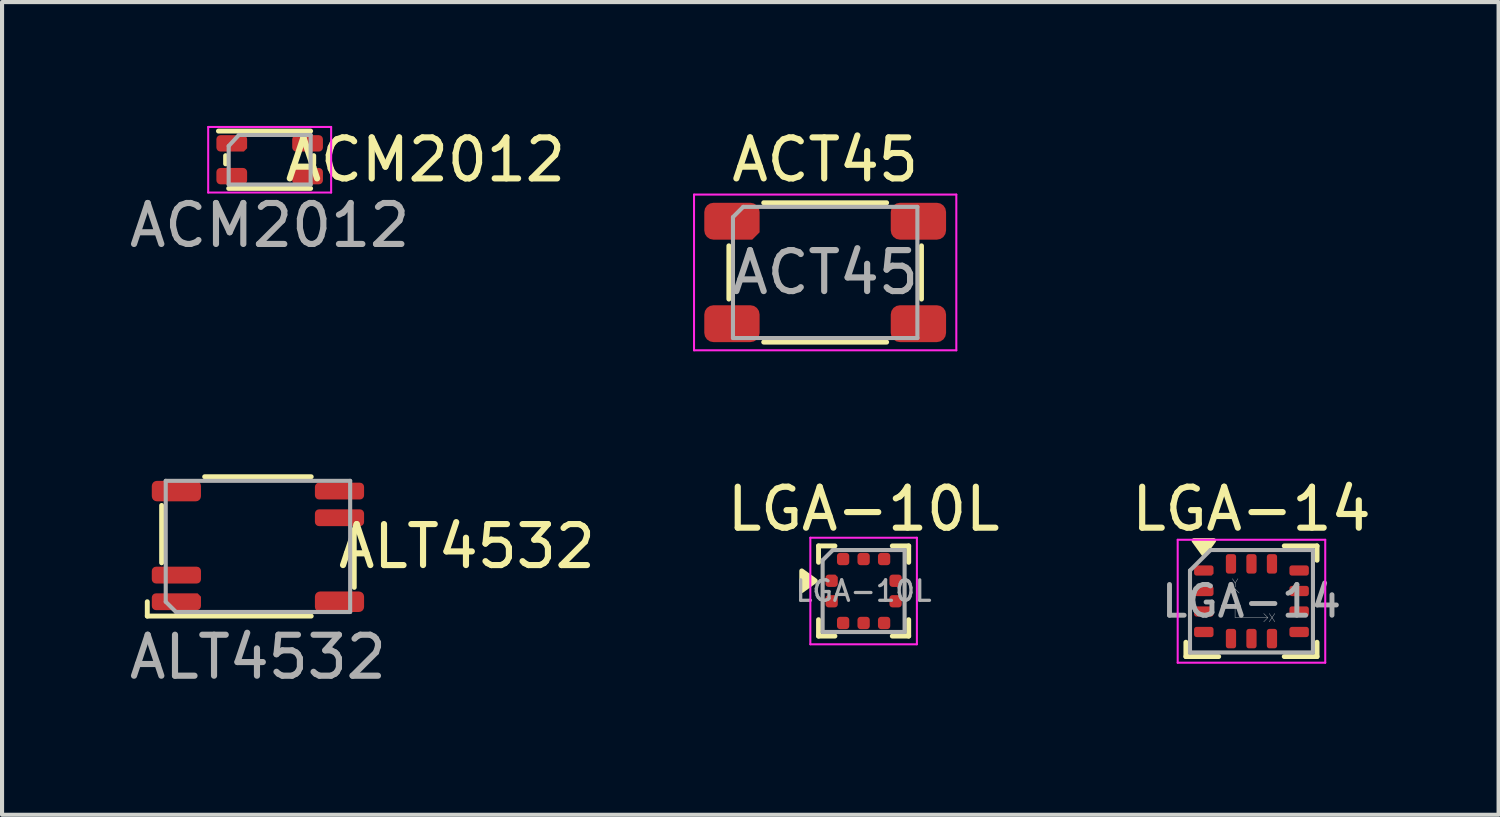
<source format=kicad_pcb>
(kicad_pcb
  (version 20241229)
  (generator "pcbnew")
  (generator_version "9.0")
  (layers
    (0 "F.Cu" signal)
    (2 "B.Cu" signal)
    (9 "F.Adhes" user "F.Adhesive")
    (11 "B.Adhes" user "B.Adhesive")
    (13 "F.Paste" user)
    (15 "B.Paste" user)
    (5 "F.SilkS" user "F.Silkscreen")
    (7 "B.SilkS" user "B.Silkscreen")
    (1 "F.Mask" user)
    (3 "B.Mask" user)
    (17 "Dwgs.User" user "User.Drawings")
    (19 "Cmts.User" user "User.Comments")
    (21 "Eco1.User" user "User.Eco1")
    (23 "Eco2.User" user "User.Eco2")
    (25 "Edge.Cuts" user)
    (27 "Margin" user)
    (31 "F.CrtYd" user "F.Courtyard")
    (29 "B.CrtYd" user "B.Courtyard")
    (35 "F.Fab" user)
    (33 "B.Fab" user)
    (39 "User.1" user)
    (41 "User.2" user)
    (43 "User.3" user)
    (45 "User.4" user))
  (footprint "ACT45"
    (layer "F.Cu")
    (at 17.085 3.598)
    (property "Reference" "ACT45" (at 0 -2.75 0) (layer "F.SilkS") (effects (font (size 1 1) (thickness 0.15))))
    (attr smd)
    (fp_line (start -2.35 -0.65) (end -2.35 0.65) (stroke (width 0.12) (type solid)) (layer "F.SilkS"))
    (fp_line (start -1.5 -1.7) (end 1.5 -1.7) (stroke (width 0.12) (type solid)) (layer "F.SilkS"))
    (fp_line (start -1.5 1.7) (end 1.5 1.7) (stroke (width 0.12) (type solid)) (layer "F.SilkS"))
    (fp_line (start 2.35 -0.65) (end 2.35 0.65) (stroke (width 0.12) (type solid)) (layer "F.SilkS"))
    (fp_line (start -3.2 -1.9) (end 3.2 -1.9) (stroke (width 0.05) (type solid)) (layer "F.CrtYd"))
    (fp_line (start -3.2 1.9) (end -3.2 -1.9) (stroke (width 0.05) (type solid)) (layer "F.CrtYd"))
    (fp_line (start 3.2 -1.9) (end 3.2 1.9) (stroke (width 0.05) (type solid)) (layer "F.CrtYd"))
    (fp_line (start 3.2 1.9) (end -3.2 1.9) (stroke (width 0.05) (type solid)) (layer "F.CrtYd"))
    (fp_line (start -2.25 -1.35) (end -2 -1.6) (stroke (width 0.1) (type solid)) (layer "F.Fab"))
    (fp_line (start -2.25 1.6) (end -2.25 -1.35) (stroke (width 0.1) (type solid)) (layer "F.Fab"))
    (fp_line (start -2 -1.6) (end 2.25 -1.6) (stroke (width 0.1) (type solid)) (layer "F.Fab"))
    (fp_line (start 2.25 -1.6) (end 2.25 1.6) (stroke (width 0.1) (type solid)) (layer "F.Fab"))
    (fp_line (start 2.25 1.6) (end -2.25 1.6) (stroke (width 0.1) (type solid)) (layer "F.Fab"))
    (fp_text user "${REFERENCE}" (at 0 0 0) (layer "F.Fab") (effects (font (size 1 1) (thickness 0.15))))
    (pad "1" smd roundrect (at -2.275 -1.25 90) (size 0.9 1.35) (layers "F.Cu" "F.Mask" "F.Paste") (roundrect_rratio 0.25) (chamfer_ratio 0.2) (chamfer bottom_left))
    (pad "2" smd roundrect (at -2.275 1.25 90) (size 0.9 1.35) (layers "F.Cu" "F.Mask" "F.Paste") (roundrect_rratio 0.25))
    (pad "3" smd roundrect (at 2.275 1.25 90) (size 0.9 1.35) (layers "F.Cu" "F.Mask" "F.Paste") (roundrect_rratio 0.25))
    (pad "4" smd roundrect (at 2.275 -1.25 90) (size 0.9 1.35) (layers "F.Cu" "F.Mask" "F.Paste") (roundrect_rratio 0.25)))
  (footprint "ALT4532"
    (layer "F.Cu")
    (at 3.244 10.283)
    (property "Reference" "ALT4532" (at 5.1 0 0) (layer "F.SilkS") (effects (font (size 1 1) (thickness 0.15))))
    (attr smd)
    (fp_line (start -2.7 1.7) (end -2.7 1.35) (stroke (width 0.12) (type solid)) (layer "F.SilkS"))
    (fp_line (start -2.7 1.7) (end 1.3 1.7) (stroke (width 0.12) (type solid)) (layer "F.SilkS"))
    (fp_line (start -2.35 -1) (end -2.35 0.4) (stroke (width 0.12) (type solid)) (layer "F.SilkS"))
    (fp_line (start -1.3 -1.7) (end 1.3 -1.7) (stroke (width 0.12) (type solid)) (layer "F.SilkS"))
    (fp_line (start 2.35 -0.4) (end 2.35 1) (stroke (width 0.12) (type solid)) (layer "F.SilkS"))
    (fp_line (start -2.25 -1.6) (end 2.25 -1.6) (stroke (width 0.1) (type solid)) (layer "F.Fab"))
    (fp_line (start -2.25 1.35) (end -2.25 -1.6) (stroke (width 0.1) (type solid)) (layer "F.Fab"))
    (fp_line (start -2.25 1.35) (end -2 1.6) (stroke (width 0.1) (type solid)) (layer "F.Fab"))
    (fp_line (start 2.25 -1.6) (end 2.25 1.6) (stroke (width 0.1) (type solid)) (layer "F.Fab"))
    (fp_line (start 2.25 1.6) (end -2 1.6) (stroke (width 0.1) (type solid)) (layer "F.Fab"))
    (fp_text user "${REFERENCE}" (at 0 2.7 0) (layer "F.Fab") (effects (font (size 1 1) (thickness 0.15))))
    (pad "1" smd roundrect (at -1.99 1.35 90) (size 0.41 1.2) (layers "F.Cu" "F.Mask" "F.Paste") (roundrect_rratio 0.25) (chamfer_ratio 0.2) (chamfer bottom_right))
    (pad "2" smd roundrect (at -1.99 0.7 90) (size 0.41 1.2) (layers "F.Cu" "F.Mask" "F.Paste") (roundrect_rratio 0.25))
    (pad "3" smd roundrect (at -1.99 -1.35 90) (size 0.5 1.2) (layers "F.Cu" "F.Mask" "F.Paste") (roundrect_rratio 0.25))
    (pad "4" smd roundrect (at 1.99 -1.35 90) (size 0.41 1.2) (layers "F.Cu" "F.Mask" "F.Paste") (roundrect_rratio 0.25))
    (pad "5" smd roundrect (at 1.99 -0.7 90) (size 0.41 1.2) (layers "F.Cu" "F.Mask" "F.Paste") (roundrect_rratio 0.25))
    (pad "6" smd roundrect (at 1.99 1.35 90) (size 0.5 1.2) (layers "F.Cu" "F.Mask" "F.Paste") (roundrect_rratio 0.25)))
  (footprint "LGA-10L"
    (layer "F.Cu")
    (at 18.023 11.371)
    (property "Reference" "LGA-10L" (at 0 -2 0) (layer "F.SilkS") (effects (font (size 1 1) (thickness 0.15))))
    (attr smd)
    (fp_line (start -1.1 -1.1) (end -1.1 -0.7) (stroke (width 0.12) (type default)) (layer "F.SilkS"))
    (fp_line (start -1.1 1.1) (end -1.1 0.7) (stroke (width 0.12) (type default)) (layer "F.SilkS"))
    (fp_line (start -0.7 -1.1) (end -1.1 -1.1) (stroke (width 0.12) (type default)) (layer "F.SilkS"))
    (fp_line (start -0.7 1.1) (end -1.1 1.1) (stroke (width 0.12) (type default)) (layer "F.SilkS"))
    (fp_line (start 0.7 -1.1) (end 1.1 -1.1) (stroke (width 0.12) (type default)) (layer "F.SilkS"))
    (fp_line (start 0.7 1.1) (end 1.1 1.1) (stroke (width 0.12) (type default)) (layer "F.SilkS"))
    (fp_line (start 1.1 -1.1) (end 1.1 -0.7) (stroke (width 0.12) (type default)) (layer "F.SilkS"))
    (fp_line (start 1.1 1.1) (end 1.1 0.7) (stroke (width 0.12) (type default)) (layer "F.SilkS"))
    (fp_poly (pts (xy -1.18 -0.25) (xy -1.51 -0.01) (xy -1.51 -0.49) (xy -1.18 -0.25)) (stroke (width 0.12) (type solid)) (fill yes) (layer "F.SilkS"))
    (fp_line (start -1.3 -1.3) (end -1.3 1.3) (stroke (width 0.05) (type solid)) (layer "F.CrtYd"))
    (fp_line (start -1.3 1.3) (end 1.3 1.3) (stroke (width 0.05) (type solid)) (layer "F.CrtYd"))
    (fp_line (start 1.3 -1.3) (end -1.3 -1.3) (stroke (width 0.05) (type solid)) (layer "F.CrtYd"))
    (fp_line (start 1.3 1.3) (end 1.3 -1.3) (stroke (width 0.05) (type solid)) (layer "F.CrtYd"))
    (fp_line (start -1 -0.75) (end -0.75 -1) (stroke (width 0.1) (type default)) (layer "F.Fab"))
    (fp_line (start -1 1) (end -1 -0.75) (stroke (width 0.1) (type solid)) (layer "F.Fab"))
    (fp_line (start -0.75 -1) (end 1 -1) (stroke (width 0.1) (type solid)) (layer "F.Fab"))
    (fp_line (start 1 -1) (end 1 1) (stroke (width 0.1) (type solid)) (layer "F.Fab"))
    (fp_line (start 1 1) (end -1 1) (stroke (width 0.1) (type solid)) (layer "F.Fab"))
    (fp_text user "${REFERENCE}" (at 0 0 0) (layer "F.Fab") (effects (font (size 0.5 0.5) (thickness 0.08))))
    (pad "1" smd roundrect (at -0.78 -0.25 180) (size 0.3 0.3) (layers "F.Cu" "F.Mask" "F.Paste") (roundrect_rratio 0.25) (chamfer_ratio 0.2) (chamfer bottom_left))
    (pad "2" smd roundrect (at -0.78 0.25 180) (size 0.3 0.3) (layers "F.Cu" "F.Mask" "F.Paste") (roundrect_rratio 0.25))
    (pad "3" smd roundrect (at -0.5 0.78 180) (size 0.3 0.3) (layers "F.Cu" "F.Mask" "F.Paste") (roundrect_rratio 0.25))
    (pad "4" smd roundrect (at 0 0.78 180) (size 0.3 0.3) (layers "F.Cu" "F.Mask" "F.Paste") (roundrect_rratio 0.25))
    (pad "5" smd roundrect (at 0.5 0.78 180) (size 0.3 0.3) (layers "F.Cu" "F.Mask" "F.Paste") (roundrect_rratio 0.25))
    (pad "6" smd roundrect (at 0.78 0.25 180) (size 0.3 0.3) (layers "F.Cu" "F.Mask" "F.Paste") (roundrect_rratio 0.25))
    (pad "7" smd roundrect (at 0.78 -0.25 180) (size 0.3 0.3) (layers "F.Cu" "F.Mask" "F.Paste") (roundrect_rratio 0.25))
    (pad "8" smd roundrect (at 0.5 -0.78 180) (size 0.3 0.3) (layers "F.Cu" "F.Mask" "F.Paste") (roundrect_rratio 0.25))
    (pad "9" smd roundrect (at 0 -0.78 180) (size 0.3 0.3) (layers "F.Cu" "F.Mask" "F.Paste") (roundrect_rratio 0.25))
    (pad "10" smd roundrect (at -0.5 -0.78 180) (size 0.3 0.3) (layers "F.Cu" "F.Mask" "F.Paste") (roundrect_rratio 0.25)))
  (footprint "LGA-14"
    (layer "F.Cu")
    (at 27.487 11.621)
    (property "Reference" "LGA-14" (at 0 -2.25 0) (layer "F.SilkS") (effects (font (size 1 1) (thickness 0.15))))
    (attr smd)
    (fp_line (start -1.6 1) (end -1.6 1.35) (stroke (width 0.12) (type solid)) (layer "F.SilkS"))
    (fp_line (start -1.6 1.35) (end -0.8 1.35) (stroke (width 0.12) (type solid)) (layer "F.SilkS"))
    (fp_line (start 0.8 -1.35) (end 1.6 -1.35) (stroke (width 0.12) (type solid)) (layer "F.SilkS"))
    (fp_line (start 0.8 1.35) (end 1.6 1.35) (stroke (width 0.12) (type solid)) (layer "F.SilkS"))
    (fp_line (start 1.6 -1.35) (end 1.6 -1) (stroke (width 0.12) (type solid)) (layer "F.SilkS"))
    (fp_line (start 1.6 1.35) (end 1.6 1) (stroke (width 0.12) (type solid)) (layer "F.SilkS"))
    (fp_poly (pts (xy -1.162 -1.15) (xy -1.402 -1.48) (xy -0.922 -1.48) (xy -1.162 -1.15)) (stroke (width 0.12) (type solid)) (fill yes) (layer "F.SilkS"))
    (fp_line (start -0.4 -0.3) (end -0.5 -0.2) (stroke (width 0.01) (type solid)) (layer "Dwgs.User"))
    (fp_line (start -0.4 -0.3) (end -0.4 0.4) (stroke (width 0.01) (type solid)) (layer "Dwgs.User"))
    (fp_line (start -0.4 -0.3) (end -0.3 -0.2) (stroke (width 0.01) (type solid)) (layer "Dwgs.User"))
    (fp_line (start -0.4 0.4) (end 0.4 0.4) (stroke (width 0.01) (type solid)) (layer "Dwgs.User"))
    (fp_line (start 0.4 0.4) (end 0.3 0.3) (stroke (width 0.01) (type solid)) (layer "Dwgs.User"))
    (fp_line (start 0.4 0.4) (end 0.3 0.5) (stroke (width 0.01) (type solid)) (layer "Dwgs.User"))
    (fp_line (start -1.8 -1.5) (end 1.8 -1.5) (stroke (width 0.05) (type solid)) (layer "F.CrtYd"))
    (fp_line (start -1.8 1.5) (end -1.8 -1.5) (stroke (width 0.05) (type solid)) (layer "F.CrtYd"))
    (fp_line (start 1.8 -1.5) (end 1.8 1.5) (stroke (width 0.05) (type solid)) (layer "F.CrtYd"))
    (fp_line (start 1.8 1.5) (end -1.8 1.5) (stroke (width 0.05) (type solid)) (layer "F.CrtYd"))
    (fp_line (start -1.5 -0.75) (end -1 -1.25) (stroke (width 0.1) (type default)) (layer "F.Fab"))
    (fp_line (start -1.5 1.25) (end -1.5 -0.75) (stroke (width 0.1) (type solid)) (layer "F.Fab"))
    (fp_line (start -1 -1.25) (end 1.5 -1.25) (stroke (width 0.1) (type solid)) (layer "F.Fab"))
    (fp_line (start 1.5 -1.25) (end 1.5 1.25) (stroke (width 0.1) (type solid)) (layer "F.Fab"))
    (fp_line (start 1.5 1.25) (end -1.5 1.25) (stroke (width 0.1) (type solid)) (layer "F.Fab"))
    (fp_text user "X" (at 0.4 0.525 0) (unlocked yes) (layer "Dwgs.User") (effects (font (size 0.2 0.2) (thickness 0.01)) (justify left bottom)))
    (fp_text user "Y" (at -0.49 -0.325 0) (unlocked yes) (layer "Dwgs.User") (effects (font (size 0.2 0.2) (thickness 0.01)) (justify left bottom)))
    (fp_text user "${REFERENCE}" (at 0 0 0) (layer "F.Fab") (effects (font (size 0.75 0.75) (thickness 0.12))))
    (pad "1" smd roundrect (at -1.163 -0.75 90) (size 0.25 0.475) (layers "F.Cu" "F.Mask" "F.Paste") (roundrect_rratio 0.25) (chamfer_ratio 0.2) (chamfer bottom_left))
    (pad "2" smd roundrect (at -1.163 -0.25 90) (size 0.25 0.475) (layers "F.Cu" "F.Mask" "F.Paste") (roundrect_rratio 0.25))
    (pad "3" smd roundrect (at -1.163 0.25 90) (size 0.25 0.475) (layers "F.Cu" "F.Mask" "F.Paste") (roundrect_rratio 0.25))
    (pad "4" smd roundrect (at -1.163 0.75 90) (size 0.25 0.475) (layers "F.Cu" "F.Mask" "F.Paste") (roundrect_rratio 0.25))
    (pad "5" smd roundrect (at -0.5 0.912) (size 0.25 0.475) (layers "F.Cu" "F.Mask" "F.Paste") (roundrect_rratio 0.25))
    (pad "6" smd roundrect (at 0 0.912) (size 0.25 0.475) (layers "F.Cu" "F.Mask" "F.Paste") (roundrect_rratio 0.25))
    (pad "7" smd roundrect (at 0.5 0.912) (size 0.25 0.475) (layers "F.Cu" "F.Mask" "F.Paste") (roundrect_rratio 0.25))
    (pad "8" smd roundrect (at 1.163 0.75 90) (size 0.25 0.475) (layers "F.Cu" "F.Mask" "F.Paste") (roundrect_rratio 0.25))
    (pad "9" smd roundrect (at 1.163 0.25 90) (size 0.25 0.475) (layers "F.Cu" "F.Mask" "F.Paste") (roundrect_rratio 0.25))
    (pad "10" smd roundrect (at 1.163 -0.25 90) (size 0.25 0.475) (layers "F.Cu" "F.Mask" "F.Paste") (roundrect_rratio 0.25))
    (pad "11" smd roundrect (at 1.163 -0.75 90) (size 0.25 0.475) (layers "F.Cu" "F.Mask" "F.Paste") (roundrect_rratio 0.25))
    (pad "12" smd roundrect (at 0.5 -0.912) (size 0.25 0.475) (layers "F.Cu" "F.Mask" "F.Paste") (roundrect_rratio 0.25))
    (pad "13" smd roundrect (at 0 -0.912) (size 0.25 0.475) (layers "F.Cu" "F.Mask" "F.Paste") (roundrect_rratio 0.25))
    (pad "14" smd roundrect (at -0.5 -0.912) (size 0.25 0.475) (layers "F.Cu" "F.Mask" "F.Paste") (roundrect_rratio 0.25)))
  (footprint "ACM2012"
    (layer "F.Cu")
    (at 3.53 0.848)
    (property "Reference" "ACM2012" (at 3.8 0 0) (layer "F.SilkS") (effects (font (size 1 1) (thickness 0.15))))
    (attr smd)
    (fp_line (start -1.25 -0.7) (end 1 -0.7) (stroke (width 0.12) (type solid)) (layer "F.SilkS"))
    (fp_line (start -1.075 0.1) (end -1.075 -0.1) (stroke (width 0.12) (type solid)) (layer "F.SilkS"))
    (fp_line (start -1 0.7) (end 1 0.7) (stroke (width 0.12) (type solid)) (layer "F.SilkS"))
    (fp_line (start 1.075 0.1) (end 1.075 -0.1) (stroke (width 0.12) (type solid)) (layer "F.SilkS"))
    (fp_line (start -1.5 -0.8) (end 1.5 -0.8) (stroke (width 0.05) (type solid)) (layer "F.CrtYd"))
    (fp_line (start -1.5 0.8) (end -1.5 -0.8) (stroke (width 0.05) (type solid)) (layer "F.CrtYd"))
    (fp_line (start 1.5 -0.8) (end 1.5 0.8) (stroke (width 0.05) (type solid)) (layer "F.CrtYd"))
    (fp_line (start 1.5 0.8) (end -1.5 0.8) (stroke (width 0.05) (type solid)) (layer "F.CrtYd"))
    (fp_line (start -1 -0.335) (end -0.75 -0.605) (stroke (width 0.1) (type solid)) (layer "F.Fab"))
    (fp_line (start -1 0.605) (end -1 -0.335) (stroke (width 0.1) (type solid)) (layer "F.Fab"))
    (fp_line (start -0.75 -0.605) (end 1 -0.605) (stroke (width 0.1) (type solid)) (layer "F.Fab"))
    (fp_line (start 1 -0.605) (end 1 0.605) (stroke (width 0.1) (type solid)) (layer "F.Fab"))
    (fp_line (start 1 0.605) (end -1 0.605) (stroke (width 0.1) (type solid)) (layer "F.Fab"))
    (fp_text user "${REFERENCE}" (at 0 1.6 0) (layer "F.Fab") (effects (font (size 1 1) (thickness 0.15))))
    (pad "1" smd roundrect (at -0.925 -0.4 90) (size 0.4 0.75) (layers "F.Cu" "F.Mask" "F.Paste") (roundrect_rratio 0.25) (chamfer_ratio 0.2) (chamfer bottom_left))
    (pad "2" smd roundrect (at -0.925 0.4 90) (size 0.4 0.75) (layers "F.Cu" "F.Mask" "F.Paste") (roundrect_rratio 0.25))
    (pad "3" smd roundrect (at 0.925 0.4 90) (size 0.4 0.75) (layers "F.Cu" "F.Mask" "F.Paste") (roundrect_rratio 0.25))
    (pad "4" smd roundrect (at 0.925 -0.4 90) (size 0.4 0.75) (layers "F.Cu" "F.Mask" "F.Paste") (roundrect_rratio 0.25)))
  (gr_rect
    (start -3 -3)
    (end 33.517 16.831)
    (stroke (width 0.1) (type default))
    (fill no)
    (layer "Edge.Cuts")))
</source>
